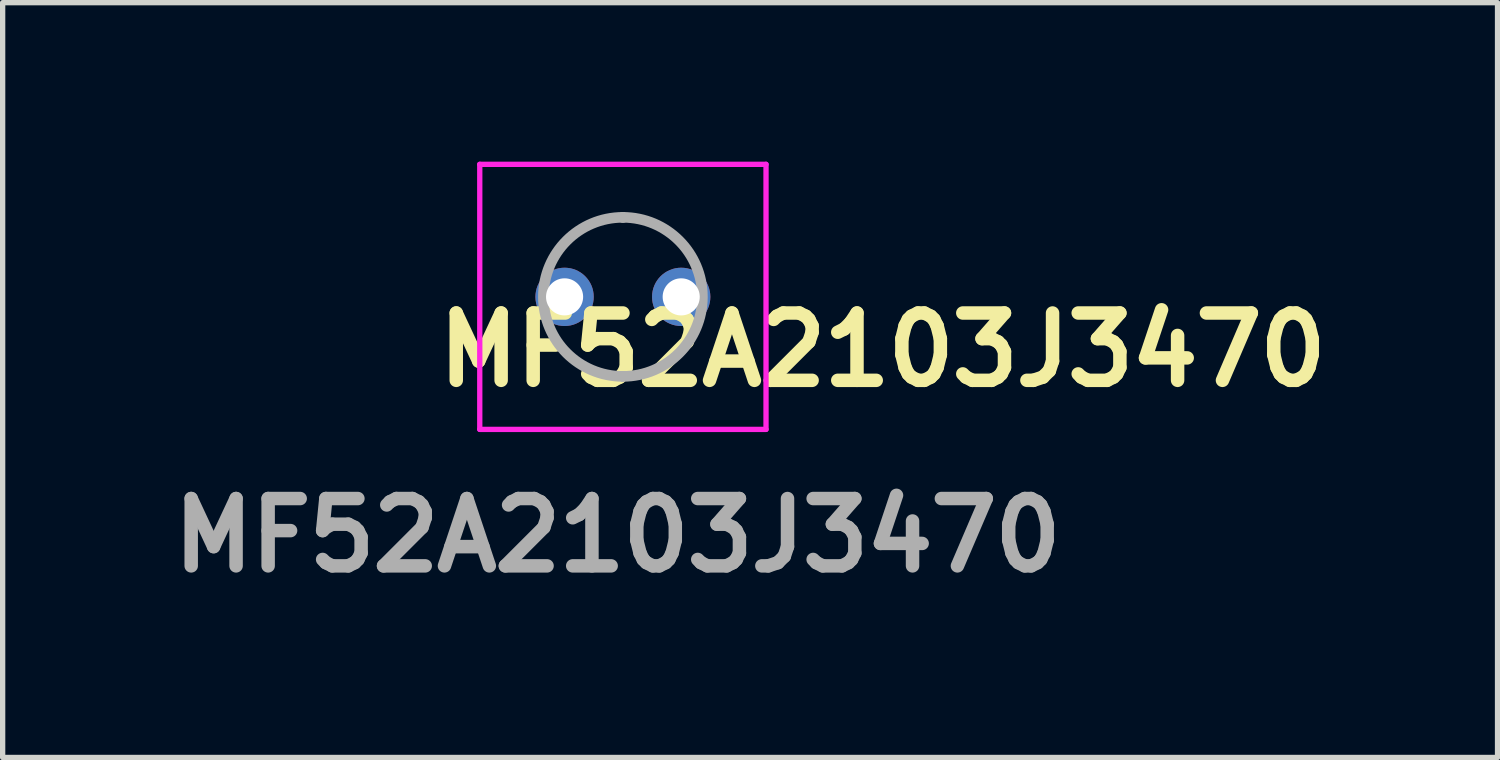
<source format=kicad_pcb>
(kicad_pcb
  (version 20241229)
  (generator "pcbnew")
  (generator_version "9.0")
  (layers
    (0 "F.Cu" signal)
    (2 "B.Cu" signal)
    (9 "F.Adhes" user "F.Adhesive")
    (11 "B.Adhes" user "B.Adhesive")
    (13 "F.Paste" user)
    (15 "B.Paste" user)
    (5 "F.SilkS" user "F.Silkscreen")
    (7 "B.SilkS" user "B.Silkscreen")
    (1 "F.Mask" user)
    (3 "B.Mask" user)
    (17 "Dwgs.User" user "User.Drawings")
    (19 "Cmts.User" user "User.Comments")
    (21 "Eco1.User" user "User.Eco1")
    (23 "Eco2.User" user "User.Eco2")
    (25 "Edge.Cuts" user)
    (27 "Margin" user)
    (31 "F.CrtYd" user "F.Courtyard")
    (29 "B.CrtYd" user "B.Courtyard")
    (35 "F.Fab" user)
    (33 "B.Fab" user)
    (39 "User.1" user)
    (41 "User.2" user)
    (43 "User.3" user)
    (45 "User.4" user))
  (footprint "MF52A2103J3470"
    (layer "F.Cu")
    (at 7.6 2.55)
    (property "Reference" "MF52A2103J3470" (at 6 1 0) (layer "F.SilkS") (effects (font (size 1.27 1.27) (thickness 0.254))))
    (attr through_hole)
    (fp_line (start 1 -1.5) (end 1.2 -1.5) (stroke (width 0.1) (type solid)) (layer "F.SilkS"))
    (fp_line (start 1 1.5) (end 1.2 1.5) (stroke (width 0.1) (type solid)) (layer "F.SilkS"))
    (fp_line (start -1.6 -2.5) (end 3.8 -2.5) (stroke (width 0.1) (type solid)) (layer "F.CrtYd"))
    (fp_line (start -1.6 2.5) (end -1.6 -2.5) (stroke (width 0.1) (type solid)) (layer "F.CrtYd"))
    (fp_line (start 3.8 -2.5) (end 3.8 2.5) (stroke (width 0.1) (type solid)) (layer "F.CrtYd"))
    (fp_line (start 3.8 2.5) (end -1.6 2.5) (stroke (width 0.1) (type solid)) (layer "F.CrtYd"))
    (fp_line (start 1.1 -1.5) (end 1.1 -1.5) (stroke (width 0.2) (type solid)) (layer "F.Fab"))
    (fp_line (start 1.1 1.5) (end 1.1 1.5) (stroke (width 0.2) (type solid)) (layer "F.Fab"))
    (fp_arc (start 1.1 -1.5) (mid 2.6 0) (end 1.1 1.5) (stroke (width 0.2) (type solid)) (layer "F.Fab"))
    (fp_arc (start 1.1 1.5) (mid -0.4 0) (end 1.1 -1.5) (stroke (width 0.2) (type solid)) (layer "F.Fab"))
    (fp_text user "${REFERENCE}" (at 1 4.5 0) (layer "F.Fab") (effects (font (size 1.27 1.27) (thickness 0.254))))
    (pad "1" thru_hole circle (at 0 0) (size 1.1 1.1) (drill 0.7) (layers "*.Cu" "*.Mask"))
    (pad "2" thru_hole circle (at 2.2 0) (size 1.1 1.1) (drill 0.7) (layers "*.Cu" "*.Mask")))
  (gr_rect
    (start -3 -3)
    (end 25.199 11.239)
    (stroke (width 0.1) (type default))
    (fill no)
    (layer "Edge.Cuts")))
</source>
